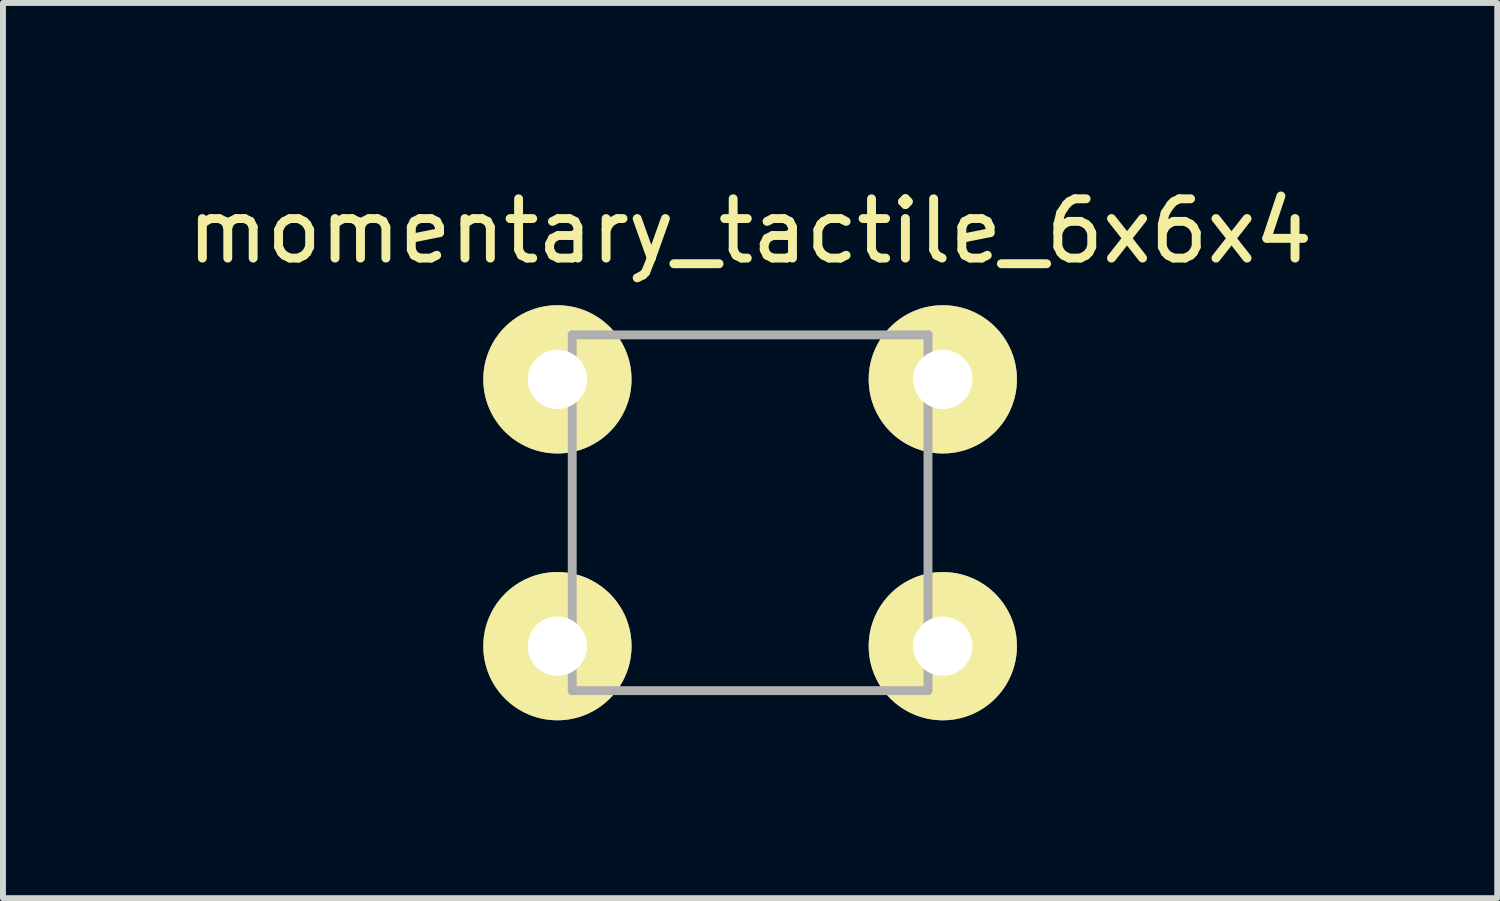
<source format=kicad_pcb>
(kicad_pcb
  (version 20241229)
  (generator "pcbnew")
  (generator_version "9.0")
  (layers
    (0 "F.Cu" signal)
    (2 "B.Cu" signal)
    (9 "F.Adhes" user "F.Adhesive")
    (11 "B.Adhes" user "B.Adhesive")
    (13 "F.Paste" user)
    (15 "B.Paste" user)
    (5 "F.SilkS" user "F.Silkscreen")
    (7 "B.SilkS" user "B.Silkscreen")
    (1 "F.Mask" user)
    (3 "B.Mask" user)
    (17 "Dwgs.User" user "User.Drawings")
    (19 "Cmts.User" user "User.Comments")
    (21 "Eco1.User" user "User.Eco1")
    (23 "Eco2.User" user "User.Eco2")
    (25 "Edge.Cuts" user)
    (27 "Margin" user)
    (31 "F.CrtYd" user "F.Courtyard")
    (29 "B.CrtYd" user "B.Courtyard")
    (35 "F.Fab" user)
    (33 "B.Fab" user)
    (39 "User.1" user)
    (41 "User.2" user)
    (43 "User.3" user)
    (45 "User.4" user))
  (footprint "momentary_tactile_6x6x4"
    (layer "F.Cu")
    (at 9.601 5.598)
    (property "Reference" "momentary_tactile_6x6x4" (at 0 -4.75 0) (layer "F.SilkS") (effects (font (size 1 1) (thickness 0.15))))
    (attr through_hole)
    (fp_line (start -3 -3) (end 3 -3) (stroke (width 0.15) (type solid)) (layer "F.Fab"))
    (fp_line (start -3 3) (end -3 -3) (stroke (width 0.15) (type solid)) (layer "F.Fab"))
    (fp_line (start 3 -3) (end 3 3) (stroke (width 0.15) (type solid)) (layer "F.Fab"))
    (fp_line (start 3 3) (end -3 3) (stroke (width 0.15) (type solid)) (layer "F.Fab"))
    (pad "1" thru_hole circle (at -3.25 2.25) (size 2.5 2.5) (drill 1) (layers "*.Cu" "*.Mask" "F.SilkS"))
    (pad "1" thru_hole circle (at 3.25 2.25) (size 2.5 2.5) (drill 1) (layers "*.Cu" "*.Mask" "F.SilkS"))
    (pad "2" thru_hole circle (at -3.25 -2.25) (size 2.5 2.5) (drill 1) (layers "*.Cu" "*.Mask" "F.SilkS"))
    (pad "2" thru_hole circle (at 3.25 -2.25) (size 2.5 2.5) (drill 1) (layers "*.Cu" "*.Mask" "F.SilkS")))
  (gr_rect
    (start -3 -3)
    (end 22.202 12.098)
    (stroke (width 0.1) (type default))
    (fill no)
    (layer "Edge.Cuts")))
</source>
